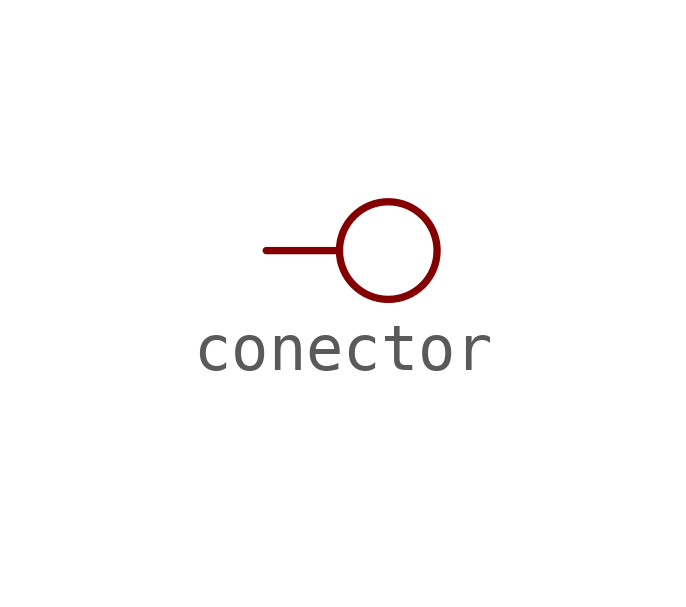
<source format=kicad_sym>
(kicad_symbol_lib
  (version 20231120)
  (generator "kicad_symbol_editor")
  (generator_version "8.0")
  (symbol "conector"
    (pin_names
      (offset 1.016))
    (property "Reference" "o"
      (at 3.81 -3.81 0)
      (effects (font (size 2.54 2.54)) (hide yes)))
    (symbol "conector_0_1"
      (circle (center 2.54 0) (radius 1.016) (stroke (width 0) (type default)) (fill (type none))))
    (symbol "conector_1_1"
      (pin input line (at 0 0 0) (length 1.524) (name "" (effects (font (size 1.27 1.27)))) (number "" (effects (font (size 1.143 1.143))))))))
</source>
